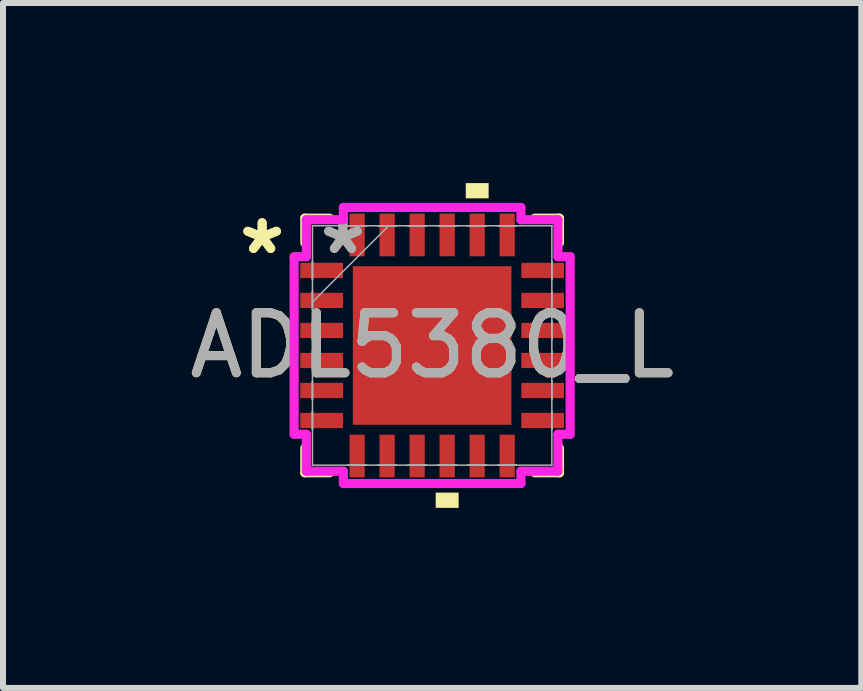
<source format=kicad_pcb>
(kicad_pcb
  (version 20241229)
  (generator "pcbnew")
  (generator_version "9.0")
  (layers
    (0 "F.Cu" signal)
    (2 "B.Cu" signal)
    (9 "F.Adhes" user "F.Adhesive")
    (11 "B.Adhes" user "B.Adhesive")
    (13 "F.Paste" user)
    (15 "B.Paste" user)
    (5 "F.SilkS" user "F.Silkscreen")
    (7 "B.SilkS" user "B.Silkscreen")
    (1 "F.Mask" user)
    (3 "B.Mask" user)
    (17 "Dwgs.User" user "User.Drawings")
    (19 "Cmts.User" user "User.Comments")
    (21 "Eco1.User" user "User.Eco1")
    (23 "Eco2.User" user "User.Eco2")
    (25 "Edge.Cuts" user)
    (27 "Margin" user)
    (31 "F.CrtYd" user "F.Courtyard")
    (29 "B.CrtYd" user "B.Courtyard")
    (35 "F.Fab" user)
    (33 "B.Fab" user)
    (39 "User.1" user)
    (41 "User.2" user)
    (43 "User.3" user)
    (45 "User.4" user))
  (footprint "ADL5380_L"
    (layer "F.Cu")
    (at 4.149 2.705)
    (property "Reference" "ADL5380_L" (at 0 0 0) (unlocked yes) (layer "F.SilkS") (effects (font (size 1 1) (thickness 0.15))))
    (attr smd)
    (fp_line (start -2.121 -2.121) (end -2.121 -1.71) (stroke (width 0.152) (type solid)) (layer "F.SilkS"))
    (fp_line (start -2.121 1.71) (end -2.121 2.121) (stroke (width 0.152) (type solid)) (layer "F.SilkS"))
    (fp_line (start -2.121 2.121) (end -1.71 2.121) (stroke (width 0.152) (type solid)) (layer "F.SilkS"))
    (fp_line (start -1.71 -2.121) (end -2.121 -2.121) (stroke (width 0.152) (type solid)) (layer "F.SilkS"))
    (fp_line (start 1.71 2.121) (end 2.121 2.121) (stroke (width 0.152) (type solid)) (layer "F.SilkS"))
    (fp_line (start 2.121 -2.121) (end 1.71 -2.121) (stroke (width 0.152) (type solid)) (layer "F.SilkS"))
    (fp_line (start 2.121 -1.71) (end 2.121 -2.121) (stroke (width 0.152) (type solid)) (layer "F.SilkS"))
    (fp_line (start 2.121 2.121) (end 2.121 1.71) (stroke (width 0.152) (type solid)) (layer "F.SilkS"))
    (fp_poly (pts (xy 0.059 2.451) (xy 0.059 2.705) (xy 0.441 2.705) (xy 0.441 2.451)) (stroke (width 0) (type solid)) (fill yes) (layer "F.SilkS"))
    (fp_poly (pts (xy 0.56 -2.451) (xy 0.56 -2.705) (xy 0.941 -2.705) (xy 0.941 -2.451)) (stroke (width 0) (type solid)) (fill yes) (layer "F.SilkS"))
    (fp_poly (pts (xy -1.221 -1.221) (xy -1.221 -0.1) (xy -0.1 -0.1) (xy -0.1 -1.221)) (stroke (width 0) (type solid)) (fill yes) (layer "F.Paste"))
    (fp_poly (pts (xy -1.221 0.1) (xy -1.221 1.221) (xy -0.1 1.221) (xy -0.1 0.1)) (stroke (width 0) (type solid)) (fill yes) (layer "F.Paste"))
    (fp_poly (pts (xy 0.1 -1.221) (xy 0.1 -0.1) (xy 1.221 -0.1) (xy 1.221 -1.221)) (stroke (width 0) (type solid)) (fill yes) (layer "F.Paste"))
    (fp_poly (pts (xy 0.1 0.1) (xy 0.1 1.221) (xy 1.221 1.221) (xy 1.221 0.1)) (stroke (width 0) (type solid)) (fill yes) (layer "F.Paste"))
    (fp_line (start -2.299 -1.479) (end -2.095 -1.479) (stroke (width 0.152) (type solid)) (layer "F.CrtYd"))
    (fp_line (start -2.299 1.479) (end -2.299 -1.479) (stroke (width 0.152) (type solid)) (layer "F.CrtYd"))
    (fp_line (start -2.095 -2.095) (end -1.479 -2.095) (stroke (width 0.152) (type solid)) (layer "F.CrtYd"))
    (fp_line (start -2.095 -1.479) (end -2.095 -2.095) (stroke (width 0.152) (type solid)) (layer "F.CrtYd"))
    (fp_line (start -2.095 1.479) (end -2.299 1.479) (stroke (width 0.152) (type solid)) (layer "F.CrtYd"))
    (fp_line (start -2.095 2.095) (end -2.095 1.479) (stroke (width 0.152) (type solid)) (layer "F.CrtYd"))
    (fp_line (start -1.479 -2.299) (end 1.479 -2.299) (stroke (width 0.152) (type solid)) (layer "F.CrtYd"))
    (fp_line (start -1.479 -2.095) (end -1.479 -2.299) (stroke (width 0.152) (type solid)) (layer "F.CrtYd"))
    (fp_line (start -1.479 2.095) (end -2.095 2.095) (stroke (width 0.152) (type solid)) (layer "F.CrtYd"))
    (fp_line (start -1.479 2.299) (end -1.479 2.095) (stroke (width 0.152) (type solid)) (layer "F.CrtYd"))
    (fp_line (start 1.479 -2.299) (end 1.479 -2.095) (stroke (width 0.152) (type solid)) (layer "F.CrtYd"))
    (fp_line (start 1.479 -2.095) (end 2.095 -2.095) (stroke (width 0.152) (type solid)) (layer "F.CrtYd"))
    (fp_line (start 1.479 2.095) (end 1.479 2.299) (stroke (width 0.152) (type solid)) (layer "F.CrtYd"))
    (fp_line (start 1.479 2.299) (end -1.479 2.299) (stroke (width 0.152) (type solid)) (layer "F.CrtYd"))
    (fp_line (start 2.095 -2.095) (end 2.095 -1.479) (stroke (width 0.152) (type solid)) (layer "F.CrtYd"))
    (fp_line (start 2.095 -1.479) (end 2.299 -1.479) (stroke (width 0.152) (type solid)) (layer "F.CrtYd"))
    (fp_line (start 2.095 1.479) (end 2.095 2.095) (stroke (width 0.152) (type solid)) (layer "F.CrtYd"))
    (fp_line (start 2.095 2.095) (end 1.479 2.095) (stroke (width 0.152) (type solid)) (layer "F.CrtYd"))
    (fp_line (start 2.299 -1.479) (end 2.299 1.479) (stroke (width 0.152) (type solid)) (layer "F.CrtYd"))
    (fp_line (start 2.299 1.479) (end 2.095 1.479) (stroke (width 0.152) (type solid)) (layer "F.CrtYd"))
    (fp_line (start -1.994 -1.994) (end -1.994 -1.994) (stroke (width 0.025) (type solid)) (layer "F.Fab"))
    (fp_line (start -1.994 -1.994) (end -1.994 1.994) (stroke (width 0.025) (type solid)) (layer "F.Fab"))
    (fp_line (start -1.994 -1.402) (end -1.994 -1.402) (stroke (width 0.025) (type solid)) (layer "F.Fab"))
    (fp_line (start -1.994 -1.402) (end -1.994 -1.098) (stroke (width 0.025) (type solid)) (layer "F.Fab"))
    (fp_line (start -1.994 -1.098) (end -1.994 -1.402) (stroke (width 0.025) (type solid)) (layer "F.Fab"))
    (fp_line (start -1.994 -1.098) (end -1.994 -1.098) (stroke (width 0.025) (type solid)) (layer "F.Fab"))
    (fp_line (start -1.994 -0.902) (end -1.994 -0.902) (stroke (width 0.025) (type solid)) (layer "F.Fab"))
    (fp_line (start -1.994 -0.902) (end -1.994 -0.598) (stroke (width 0.025) (type solid)) (layer "F.Fab"))
    (fp_line (start -1.994 -0.724) (end -0.724 -1.994) (stroke (width 0.025) (type solid)) (layer "F.Fab"))
    (fp_line (start -1.994 -0.598) (end -1.994 -0.902) (stroke (width 0.025) (type solid)) (layer "F.Fab"))
    (fp_line (start -1.994 -0.598) (end -1.994 -0.598) (stroke (width 0.025) (type solid)) (layer "F.Fab"))
    (fp_line (start -1.994 -0.402) (end -1.994 -0.402) (stroke (width 0.025) (type solid)) (layer "F.Fab"))
    (fp_line (start -1.994 -0.402) (end -1.994 -0.098) (stroke (width 0.025) (type solid)) (layer "F.Fab"))
    (fp_line (start -1.994 -0.098) (end -1.994 -0.402) (stroke (width 0.025) (type solid)) (layer "F.Fab"))
    (fp_line (start -1.994 -0.098) (end -1.994 -0.098) (stroke (width 0.025) (type solid)) (layer "F.Fab"))
    (fp_line (start -1.994 0.098) (end -1.994 0.098) (stroke (width 0.025) (type solid)) (layer "F.Fab"))
    (fp_line (start -1.994 0.098) (end -1.994 0.402) (stroke (width 0.025) (type solid)) (layer "F.Fab"))
    (fp_line (start -1.994 0.402) (end -1.994 0.098) (stroke (width 0.025) (type solid)) (layer "F.Fab"))
    (fp_line (start -1.994 0.402) (end -1.994 0.402) (stroke (width 0.025) (type solid)) (layer "F.Fab"))
    (fp_line (start -1.994 0.598) (end -1.994 0.598) (stroke (width 0.025) (type solid)) (layer "F.Fab"))
    (fp_line (start -1.994 0.598) (end -1.994 0.902) (stroke (width 0.025) (type solid)) (layer "F.Fab"))
    (fp_line (start -1.994 0.902) (end -1.994 0.598) (stroke (width 0.025) (type solid)) (layer "F.Fab"))
    (fp_line (start -1.994 0.902) (end -1.994 0.902) (stroke (width 0.025) (type solid)) (layer "F.Fab"))
    (fp_line (start -1.994 1.098) (end -1.994 1.098) (stroke (width 0.025) (type solid)) (layer "F.Fab"))
    (fp_line (start -1.994 1.098) (end -1.994 1.402) (stroke (width 0.025) (type solid)) (layer "F.Fab"))
    (fp_line (start -1.994 1.402) (end -1.994 1.098) (stroke (width 0.025) (type solid)) (layer "F.Fab"))
    (fp_line (start -1.994 1.402) (end -1.994 1.402) (stroke (width 0.025) (type solid)) (layer "F.Fab"))
    (fp_line (start -1.994 1.994) (end -1.994 1.994) (stroke (width 0.025) (type solid)) (layer "F.Fab"))
    (fp_line (start -1.994 1.994) (end 1.994 1.994) (stroke (width 0.025) (type solid)) (layer "F.Fab"))
    (fp_line (start -1.402 -1.994) (end -1.402 -1.994) (stroke (width 0.025) (type solid)) (layer "F.Fab"))
    (fp_line (start -1.402 -1.994) (end -1.098 -1.994) (stroke (width 0.025) (type solid)) (layer "F.Fab"))
    (fp_line (start -1.402 1.994) (end -1.402 1.994) (stroke (width 0.025) (type solid)) (layer "F.Fab"))
    (fp_line (start -1.402 1.994) (end -1.098 1.994) (stroke (width 0.025) (type solid)) (layer "F.Fab"))
    (fp_line (start -1.098 -1.994) (end -1.402 -1.994) (stroke (width 0.025) (type solid)) (layer "F.Fab"))
    (fp_line (start -1.098 -1.994) (end -1.098 -1.994) (stroke (width 0.025) (type solid)) (layer "F.Fab"))
    (fp_line (start -1.098 1.994) (end -1.402 1.994) (stroke (width 0.025) (type solid)) (layer "F.Fab"))
    (fp_line (start -1.098 1.994) (end -1.098 1.994) (stroke (width 0.025) (type solid)) (layer "F.Fab"))
    (fp_line (start -0.902 -1.994) (end -0.902 -1.994) (stroke (width 0.025) (type solid)) (layer "F.Fab"))
    (fp_line (start -0.902 -1.994) (end -0.598 -1.994) (stroke (width 0.025) (type solid)) (layer "F.Fab"))
    (fp_line (start -0.902 1.994) (end -0.902 1.994) (stroke (width 0.025) (type solid)) (layer "F.Fab"))
    (fp_line (start -0.902 1.994) (end -0.598 1.994) (stroke (width 0.025) (type solid)) (layer "F.Fab"))
    (fp_line (start -0.598 -1.994) (end -0.902 -1.994) (stroke (width 0.025) (type solid)) (layer "F.Fab"))
    (fp_line (start -0.598 -1.994) (end -0.598 -1.994) (stroke (width 0.025) (type solid)) (layer "F.Fab"))
    (fp_line (start -0.598 1.994) (end -0.902 1.994) (stroke (width 0.025) (type solid)) (layer "F.Fab"))
    (fp_line (start -0.598 1.994) (end -0.598 1.994) (stroke (width 0.025) (type solid)) (layer "F.Fab"))
    (fp_line (start -0.402 -1.994) (end -0.402 -1.994) (stroke (width 0.025) (type solid)) (layer "F.Fab"))
    (fp_line (start -0.402 -1.994) (end -0.098 -1.994) (stroke (width 0.025) (type solid)) (layer "F.Fab"))
    (fp_line (start -0.402 1.994) (end -0.402 1.994) (stroke (width 0.025) (type solid)) (layer "F.Fab"))
    (fp_line (start -0.402 1.994) (end -0.098 1.994) (stroke (width 0.025) (type solid)) (layer "F.Fab"))
    (fp_line (start -0.098 -1.994) (end -0.402 -1.994) (stroke (width 0.025) (type solid)) (layer "F.Fab"))
    (fp_line (start -0.098 -1.994) (end -0.098 -1.994) (stroke (width 0.025) (type solid)) (layer "F.Fab"))
    (fp_line (start -0.098 1.994) (end -0.402 1.994) (stroke (width 0.025) (type solid)) (layer "F.Fab"))
    (fp_line (start -0.098 1.994) (end -0.098 1.994) (stroke (width 0.025) (type solid)) (layer "F.Fab"))
    (fp_line (start 0.098 -1.994) (end 0.098 -1.994) (stroke (width 0.025) (type solid)) (layer "F.Fab"))
    (fp_line (start 0.098 -1.994) (end 0.402 -1.994) (stroke (width 0.025) (type solid)) (layer "F.Fab"))
    (fp_line (start 0.098 1.994) (end 0.098 1.994) (stroke (width 0.025) (type solid)) (layer "F.Fab"))
    (fp_line (start 0.098 1.994) (end 0.402 1.994) (stroke (width 0.025) (type solid)) (layer "F.Fab"))
    (fp_line (start 0.402 -1.994) (end 0.098 -1.994) (stroke (width 0.025) (type solid)) (layer "F.Fab"))
    (fp_line (start 0.402 -1.994) (end 0.402 -1.994) (stroke (width 0.025) (type solid)) (layer "F.Fab"))
    (fp_line (start 0.402 1.994) (end 0.098 1.994) (stroke (width 0.025) (type solid)) (layer "F.Fab"))
    (fp_line (start 0.402 1.994) (end 0.402 1.994) (stroke (width 0.025) (type solid)) (layer "F.Fab"))
    (fp_line (start 0.598 -1.994) (end 0.598 -1.994) (stroke (width 0.025) (type solid)) (layer "F.Fab"))
    (fp_line (start 0.598 -1.994) (end 0.902 -1.994) (stroke (width 0.025) (type solid)) (layer "F.Fab"))
    (fp_line (start 0.598 1.994) (end 0.598 1.994) (stroke (width 0.025) (type solid)) (layer "F.Fab"))
    (fp_line (start 0.598 1.994) (end 0.902 1.994) (stroke (width 0.025) (type solid)) (layer "F.Fab"))
    (fp_line (start 0.902 -1.994) (end 0.598 -1.994) (stroke (width 0.025) (type solid)) (layer "F.Fab"))
    (fp_line (start 0.902 -1.994) (end 0.902 -1.994) (stroke (width 0.025) (type solid)) (layer "F.Fab"))
    (fp_line (start 0.902 1.994) (end 0.598 1.994) (stroke (width 0.025) (type solid)) (layer "F.Fab"))
    (fp_line (start 0.902 1.994) (end 0.902 1.994) (stroke (width 0.025) (type solid)) (layer "F.Fab"))
    (fp_line (start 1.098 -1.994) (end 1.098 -1.994) (stroke (width 0.025) (type solid)) (layer "F.Fab"))
    (fp_line (start 1.098 -1.994) (end 1.402 -1.994) (stroke (width 0.025) (type solid)) (layer "F.Fab"))
    (fp_line (start 1.098 1.994) (end 1.098 1.994) (stroke (width 0.025) (type solid)) (layer "F.Fab"))
    (fp_line (start 1.098 1.994) (end 1.402 1.994) (stroke (width 0.025) (type solid)) (layer "F.Fab"))
    (fp_line (start 1.402 -1.994) (end 1.098 -1.994) (stroke (width 0.025) (type solid)) (layer "F.Fab"))
    (fp_line (start 1.402 -1.994) (end 1.402 -1.994) (stroke (width 0.025) (type solid)) (layer "F.Fab"))
    (fp_line (start 1.402 1.994) (end 1.098 1.994) (stroke (width 0.025) (type solid)) (layer "F.Fab"))
    (fp_line (start 1.402 1.994) (end 1.402 1.994) (stroke (width 0.025) (type solid)) (layer "F.Fab"))
    (fp_line (start 1.994 -1.994) (end -1.994 -1.994) (stroke (width 0.025) (type solid)) (layer "F.Fab"))
    (fp_line (start 1.994 -1.994) (end 1.994 -1.994) (stroke (width 0.025) (type solid)) (layer "F.Fab"))
    (fp_line (start 1.994 -1.402) (end 1.994 -1.402) (stroke (width 0.025) (type solid)) (layer "F.Fab"))
    (fp_line (start 1.994 -1.402) (end 1.994 -1.098) (stroke (width 0.025) (type solid)) (layer "F.Fab"))
    (fp_line (start 1.994 -1.098) (end 1.994 -1.402) (stroke (width 0.025) (type solid)) (layer "F.Fab"))
    (fp_line (start 1.994 -1.098) (end 1.994 -1.098) (stroke (width 0.025) (type solid)) (layer "F.Fab"))
    (fp_line (start 1.994 -0.902) (end 1.994 -0.902) (stroke (width 0.025) (type solid)) (layer "F.Fab"))
    (fp_line (start 1.994 -0.902) (end 1.994 -0.598) (stroke (width 0.025) (type solid)) (layer "F.Fab"))
    (fp_line (start 1.994 -0.598) (end 1.994 -0.902) (stroke (width 0.025) (type solid)) (layer "F.Fab"))
    (fp_line (start 1.994 -0.598) (end 1.994 -0.598) (stroke (width 0.025) (type solid)) (layer "F.Fab"))
    (fp_line (start 1.994 -0.402) (end 1.994 -0.402) (stroke (width 0.025) (type solid)) (layer "F.Fab"))
    (fp_line (start 1.994 -0.402) (end 1.994 -0.098) (stroke (width 0.025) (type solid)) (layer "F.Fab"))
    (fp_line (start 1.994 -0.098) (end 1.994 -0.402) (stroke (width 0.025) (type solid)) (layer "F.Fab"))
    (fp_line (start 1.994 -0.098) (end 1.994 -0.098) (stroke (width 0.025) (type solid)) (layer "F.Fab"))
    (fp_line (start 1.994 0.098) (end 1.994 0.098) (stroke (width 0.025) (type solid)) (layer "F.Fab"))
    (fp_line (start 1.994 0.098) (end 1.994 0.402) (stroke (width 0.025) (type solid)) (layer "F.Fab"))
    (fp_line (start 1.994 0.402) (end 1.994 0.098) (stroke (width 0.025) (type solid)) (layer "F.Fab"))
    (fp_line (start 1.994 0.402) (end 1.994 0.402) (stroke (width 0.025) (type solid)) (layer "F.Fab"))
    (fp_line (start 1.994 0.598) (end 1.994 0.598) (stroke (width 0.025) (type solid)) (layer "F.Fab"))
    (fp_line (start 1.994 0.598) (end 1.994 0.902) (stroke (width 0.025) (type solid)) (layer "F.Fab"))
    (fp_line (start 1.994 0.902) (end 1.994 0.598) (stroke (width 0.025) (type solid)) (layer "F.Fab"))
    (fp_line (start 1.994 0.902) (end 1.994 0.902) (stroke (width 0.025) (type solid)) (layer "F.Fab"))
    (fp_line (start 1.994 1.098) (end 1.994 1.098) (stroke (width 0.025) (type solid)) (layer "F.Fab"))
    (fp_line (start 1.994 1.098) (end 1.994 1.402) (stroke (width 0.025) (type solid)) (layer "F.Fab"))
    (fp_line (start 1.994 1.402) (end 1.994 1.098) (stroke (width 0.025) (type solid)) (layer "F.Fab"))
    (fp_line (start 1.994 1.402) (end 1.994 1.402) (stroke (width 0.025) (type solid)) (layer "F.Fab"))
    (fp_line (start 1.994 1.994) (end 1.994 -1.994) (stroke (width 0.025) (type solid)) (layer "F.Fab"))
    (fp_line (start 1.994 1.994) (end 1.994 1.994) (stroke (width 0.025) (type solid)) (layer "F.Fab"))
    (fp_text user "*" (at -2.832 -1.5 0) (layer "F.SilkS") (effects (font (size 1 1) (thickness 0.15))))
    (fp_text user "*" (at -2.832 -1.5 0) (unlocked yes) (layer "F.SilkS") (effects (font (size 1 1) (thickness 0.15))))
    (fp_text user "${REFERENCE}" (at 0 0 0) (unlocked yes) (layer "F.Fab") (effects (font (size 1 1) (thickness 0.15))))
    (fp_text user "*" (at -1.486 -1.5 0) (layer "F.Fab") (effects (font (size 1 1) (thickness 0.15))))
    (fp_text user "*" (at -1.486 -1.5 0) (unlocked yes) (layer "F.Fab") (effects (font (size 1 1) (thickness 0.15))))
    (pad "1" smd rect (at -1.841 -1.25 90) (size 0.254 0.711) (layers "F.Cu" "F.Mask" "F.Paste"))
    (pad "2" smd rect (at -1.841 -0.75 90) (size 0.254 0.711) (layers "F.Cu" "F.Mask" "F.Paste"))
    (pad "3" smd rect (at -1.841 -0.25 90) (size 0.254 0.711) (layers "F.Cu" "F.Mask" "F.Paste"))
    (pad "4" smd rect (at -1.841 0.25 90) (size 0.254 0.711) (layers "F.Cu" "F.Mask" "F.Paste"))
    (pad "5" smd rect (at -1.841 0.75 90) (size 0.254 0.711) (layers "F.Cu" "F.Mask" "F.Paste"))
    (pad "6" smd rect (at -1.841 1.25 90) (size 0.254 0.711) (layers "F.Cu" "F.Mask" "F.Paste"))
    (pad "7" smd rect (at -1.25 1.841) (size 0.254 0.711) (layers "F.Cu" "F.Mask" "F.Paste"))
    (pad "8" smd rect (at -0.75 1.841) (size 0.254 0.711) (layers "F.Cu" "F.Mask" "F.Paste"))
    (pad "9" smd rect (at -0.25 1.841) (size 0.254 0.711) (layers "F.Cu" "F.Mask" "F.Paste"))
    (pad "10" smd rect (at 0.25 1.841) (size 0.254 0.711) (layers "F.Cu" "F.Mask" "F.Paste"))
    (pad "11" smd rect (at 0.75 1.841) (size 0.254 0.711) (layers "F.Cu" "F.Mask" "F.Paste"))
    (pad "12" smd rect (at 1.25 1.841) (size 0.254 0.711) (layers "F.Cu" "F.Mask" "F.Paste"))
    (pad "13" smd rect (at 1.841 1.25 90) (size 0.254 0.711) (layers "F.Cu" "F.Mask" "F.Paste"))
    (pad "14" smd rect (at 1.841 0.75 90) (size 0.254 0.711) (layers "F.Cu" "F.Mask" "F.Paste"))
    (pad "15" smd rect (at 1.841 0.25 90) (size 0.254 0.711) (layers "F.Cu" "F.Mask" "F.Paste"))
    (pad "16" smd rect (at 1.841 -0.25 90) (size 0.254 0.711) (layers "F.Cu" "F.Mask" "F.Paste"))
    (pad "17" smd rect (at 1.841 -0.75 90) (size 0.254 0.711) (layers "F.Cu" "F.Mask" "F.Paste"))
    (pad "18" smd rect (at 1.841 -1.25 90) (size 0.254 0.711) (layers "F.Cu" "F.Mask" "F.Paste"))
    (pad "19" smd rect (at 1.25 -1.841) (size 0.254 0.711) (layers "F.Cu" "F.Mask" "F.Paste"))
    (pad "20" smd rect (at 0.75 -1.841) (size 0.254 0.711) (layers "F.Cu" "F.Mask" "F.Paste"))
    (pad "21" smd rect (at 0.25 -1.841) (size 0.254 0.711) (layers "F.Cu" "F.Mask" "F.Paste"))
    (pad "22" smd rect (at -0.25 -1.841) (size 0.254 0.711) (layers "F.Cu" "F.Mask" "F.Paste"))
    (pad "23" smd rect (at -0.75 -1.841) (size 0.254 0.711) (layers "F.Cu" "F.Mask" "F.Paste"))
    (pad "24" smd rect (at -1.25 -1.841) (size 0.254 0.711) (layers "F.Cu" "F.Mask" "F.Paste"))
    (pad "25" smd rect (at 0 0) (size 2.642 2.642) (layers "F.Cu" "F.Mask" "F.Paste")))
  (gr_rect
    (start -3 -3)
    (end 11.298 8.41)
    (stroke (width 0.1) (type default))
    (fill no)
    (layer "Edge.Cuts")))
</source>
